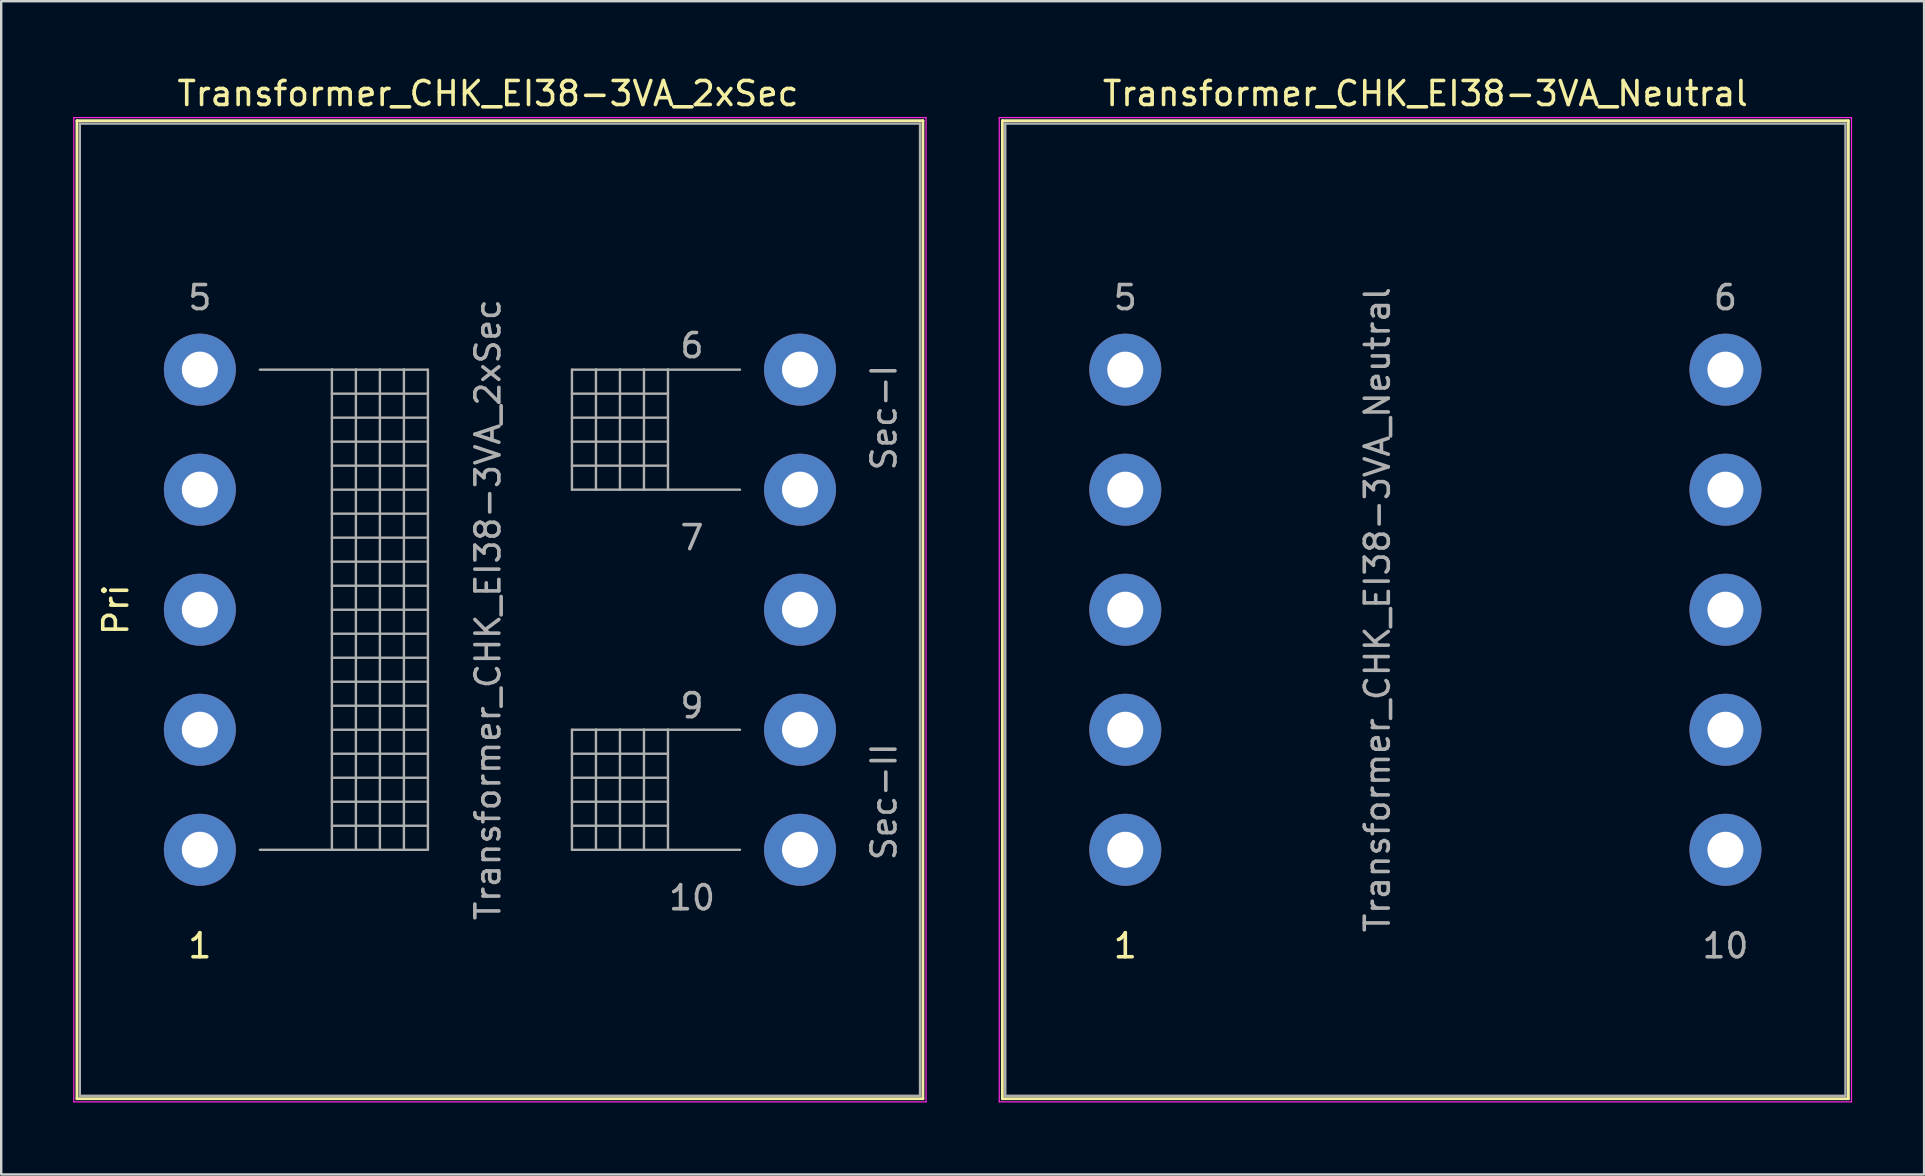
<source format=kicad_pcb>
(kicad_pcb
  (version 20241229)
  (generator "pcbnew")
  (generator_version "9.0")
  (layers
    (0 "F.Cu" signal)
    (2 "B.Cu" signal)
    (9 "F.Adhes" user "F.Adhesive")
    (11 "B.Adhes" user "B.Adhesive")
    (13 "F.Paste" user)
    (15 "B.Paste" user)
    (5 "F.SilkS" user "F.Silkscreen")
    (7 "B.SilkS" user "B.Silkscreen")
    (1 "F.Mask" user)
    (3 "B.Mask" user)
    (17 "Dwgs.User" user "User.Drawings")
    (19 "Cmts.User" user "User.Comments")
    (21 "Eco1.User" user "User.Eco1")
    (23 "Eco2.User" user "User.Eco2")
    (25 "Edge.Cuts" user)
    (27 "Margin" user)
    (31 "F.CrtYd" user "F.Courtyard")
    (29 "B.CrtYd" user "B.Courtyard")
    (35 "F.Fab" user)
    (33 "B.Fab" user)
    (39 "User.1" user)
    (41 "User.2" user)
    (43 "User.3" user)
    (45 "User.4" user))
  (footprint "Transformer_CHK_EI38-3VA_2xSec"
    (layer "F.Cu")
    (at 5.275 32.348)
    (property "Reference" "Transformer_CHK_EI38-3VA_2xSec" (at 12 -31.5 0) (layer "F.SilkS") (effects (font (size 1 1) (thickness 0.15))))
    (attr through_hole)
    (fp_line (start -5.12 -30.37) (end -5.12 10.37) (stroke (width 0.12) (type solid)) (layer "F.SilkS"))
    (fp_line (start -5.12 -30.37) (end 30.12 -30.37) (stroke (width 0.12) (type solid)) (layer "F.SilkS"))
    (fp_line (start 30.12 10.37) (end -5.12 10.37) (stroke (width 0.12) (type solid)) (layer "F.SilkS"))
    (fp_line (start 30.12 10.37) (end 30.12 -30.37) (stroke (width 0.12) (type solid)) (layer "F.SilkS"))
    (fp_line (start -5.25 -30.5) (end -5.25 10.5) (stroke (width 0.05) (type solid)) (layer "F.CrtYd"))
    (fp_line (start -5.25 -30.5) (end 30.25 -30.5) (stroke (width 0.05) (type solid)) (layer "F.CrtYd"))
    (fp_line (start 30.25 10.5) (end -5.25 10.5) (stroke (width 0.05) (type solid)) (layer "F.CrtYd"))
    (fp_line (start 30.25 10.5) (end 30.25 -30.5) (stroke (width 0.05) (type solid)) (layer "F.CrtYd"))
    (fp_line (start -5 -30.25) (end -5 10.25) (stroke (width 0.1) (type solid)) (layer "F.Fab"))
    (fp_line (start -5 10.25) (end 30 10.25) (stroke (width 0.1) (type solid)) (layer "F.Fab"))
    (fp_line (start 2.5 -20) (end 5.5 -20) (stroke (width 0.1) (type solid)) (layer "F.Fab"))
    (fp_line (start 5.5 -20) (end 5.5 0) (stroke (width 0.1) (type solid)) (layer "F.Fab"))
    (fp_line (start 5.5 -20) (end 6.5 -20) (stroke (width 0.1) (type solid)) (layer "F.Fab"))
    (fp_line (start 5.5 -19) (end 9.5 -19) (stroke (width 0.1) (type solid)) (layer "F.Fab"))
    (fp_line (start 5.5 -18) (end 9.5 -18) (stroke (width 0.1) (type solid)) (layer "F.Fab"))
    (fp_line (start 5.5 -17) (end 9.5 -17) (stroke (width 0.1) (type solid)) (layer "F.Fab"))
    (fp_line (start 5.5 -16) (end 9.5 -16) (stroke (width 0.1) (type solid)) (layer "F.Fab"))
    (fp_line (start 5.5 -15) (end 9.5 -15) (stroke (width 0.1) (type solid)) (layer "F.Fab"))
    (fp_line (start 5.5 -14) (end 9.5 -14) (stroke (width 0.1) (type solid)) (layer "F.Fab"))
    (fp_line (start 5.5 -13) (end 9.5 -13) (stroke (width 0.1) (type solid)) (layer "F.Fab"))
    (fp_line (start 5.5 -12) (end 9.5 -12) (stroke (width 0.1) (type solid)) (layer "F.Fab"))
    (fp_line (start 5.5 -11) (end 9.5 -11) (stroke (width 0.1) (type solid)) (layer "F.Fab"))
    (fp_line (start 5.5 -10) (end 9.5 -10) (stroke (width 0.1) (type solid)) (layer "F.Fab"))
    (fp_line (start 5.5 -9) (end 9.5 -9) (stroke (width 0.1) (type solid)) (layer "F.Fab"))
    (fp_line (start 5.5 -8) (end 9.5 -8) (stroke (width 0.1) (type solid)) (layer "F.Fab"))
    (fp_line (start 5.5 -7) (end 9.5 -7) (stroke (width 0.1) (type solid)) (layer "F.Fab"))
    (fp_line (start 5.5 -6) (end 9.5 -6) (stroke (width 0.1) (type solid)) (layer "F.Fab"))
    (fp_line (start 5.5 -5) (end 9.5 -5) (stroke (width 0.1) (type solid)) (layer "F.Fab"))
    (fp_line (start 5.5 -4) (end 9.5 -4) (stroke (width 0.1) (type solid)) (layer "F.Fab"))
    (fp_line (start 5.5 -3) (end 9.5 -3) (stroke (width 0.1) (type solid)) (layer "F.Fab"))
    (fp_line (start 5.5 -2) (end 9.5 -2) (stroke (width 0.1) (type solid)) (layer "F.Fab"))
    (fp_line (start 5.5 -1) (end 9.5 -1) (stroke (width 0.1) (type solid)) (layer "F.Fab"))
    (fp_line (start 5.5 0) (end 2.5 0) (stroke (width 0.1) (type solid)) (layer "F.Fab"))
    (fp_line (start 6.5 -20) (end 6.5 0) (stroke (width 0.1) (type solid)) (layer "F.Fab"))
    (fp_line (start 6.5 -20) (end 7.5 -20) (stroke (width 0.1) (type solid)) (layer "F.Fab"))
    (fp_line (start 6.5 0) (end 5.5 0) (stroke (width 0.1) (type solid)) (layer "F.Fab"))
    (fp_line (start 7.5 -20) (end 7.5 0) (stroke (width 0.1) (type solid)) (layer "F.Fab"))
    (fp_line (start 7.5 -20) (end 8.5 -20) (stroke (width 0.1) (type solid)) (layer "F.Fab"))
    (fp_line (start 7.5 0) (end 6.5 0) (stroke (width 0.1) (type solid)) (layer "F.Fab"))
    (fp_line (start 8.5 -20) (end 8.5 0) (stroke (width 0.1) (type solid)) (layer "F.Fab"))
    (fp_line (start 8.5 -20) (end 9.5 -20) (stroke (width 0.1) (type solid)) (layer "F.Fab"))
    (fp_line (start 8.5 0) (end 7.5 0) (stroke (width 0.1) (type solid)) (layer "F.Fab"))
    (fp_line (start 9.5 -20) (end 9.5 0) (stroke (width 0.1) (type solid)) (layer "F.Fab"))
    (fp_line (start 9.5 0) (end 8.5 0) (stroke (width 0.1) (type solid)) (layer "F.Fab"))
    (fp_line (start 15.5 -20) (end 15.5 -15) (stroke (width 0.1) (type solid)) (layer "F.Fab"))
    (fp_line (start 15.5 -19) (end 19.5 -19) (stroke (width 0.1) (type solid)) (layer "F.Fab"))
    (fp_line (start 15.5 -17) (end 19.5 -17) (stroke (width 0.1) (type solid)) (layer "F.Fab"))
    (fp_line (start 15.5 -15) (end 16.5 -15) (stroke (width 0.1) (type solid)) (layer "F.Fab"))
    (fp_line (start 15.5 -5) (end 15.5 0) (stroke (width 0.1) (type solid)) (layer "F.Fab"))
    (fp_line (start 15.5 -4) (end 19.5 -4) (stroke (width 0.1) (type solid)) (layer "F.Fab"))
    (fp_line (start 15.5 -3) (end 19.5 -3) (stroke (width 0.1) (type solid)) (layer "F.Fab"))
    (fp_line (start 15.5 -2) (end 19.5 -2) (stroke (width 0.1) (type solid)) (layer "F.Fab"))
    (fp_line (start 15.5 -1) (end 19.5 -1) (stroke (width 0.1) (type solid)) (layer "F.Fab"))
    (fp_line (start 15.5 0) (end 16.5 0) (stroke (width 0.1) (type solid)) (layer "F.Fab"))
    (fp_line (start 16.5 -20) (end 15.5 -20) (stroke (width 0.1) (type solid)) (layer "F.Fab"))
    (fp_line (start 16.5 -20) (end 16.5 -15) (stroke (width 0.1) (type solid)) (layer "F.Fab"))
    (fp_line (start 16.5 -15) (end 17.5 -15) (stroke (width 0.1) (type solid)) (layer "F.Fab"))
    (fp_line (start 16.5 -5) (end 15.5 -5) (stroke (width 0.1) (type solid)) (layer "F.Fab"))
    (fp_line (start 16.5 -5) (end 16.5 0) (stroke (width 0.1) (type solid)) (layer "F.Fab"))
    (fp_line (start 16.5 0) (end 17.5 0) (stroke (width 0.1) (type solid)) (layer "F.Fab"))
    (fp_line (start 17.5 -20) (end 16.5 -20) (stroke (width 0.1) (type solid)) (layer "F.Fab"))
    (fp_line (start 17.5 -20) (end 17.5 -15) (stroke (width 0.1) (type solid)) (layer "F.Fab"))
    (fp_line (start 17.5 -15) (end 18.5 -15) (stroke (width 0.1) (type solid)) (layer "F.Fab"))
    (fp_line (start 17.5 -5) (end 16.5 -5) (stroke (width 0.1) (type solid)) (layer "F.Fab"))
    (fp_line (start 17.5 -5) (end 17.5 0) (stroke (width 0.1) (type solid)) (layer "F.Fab"))
    (fp_line (start 17.5 0) (end 18.5 0) (stroke (width 0.1) (type solid)) (layer "F.Fab"))
    (fp_line (start 18.5 -20) (end 17.5 -20) (stroke (width 0.1) (type solid)) (layer "F.Fab"))
    (fp_line (start 18.5 -20) (end 18.5 -15) (stroke (width 0.1) (type solid)) (layer "F.Fab"))
    (fp_line (start 18.5 -15) (end 19.5 -15) (stroke (width 0.1) (type solid)) (layer "F.Fab"))
    (fp_line (start 18.5 -5) (end 17.5 -5) (stroke (width 0.1) (type solid)) (layer "F.Fab"))
    (fp_line (start 18.5 -5) (end 18.5 0) (stroke (width 0.1) (type solid)) (layer "F.Fab"))
    (fp_line (start 18.5 0) (end 19.5 0) (stroke (width 0.1) (type solid)) (layer "F.Fab"))
    (fp_line (start 19.5 -20) (end 18.5 -20) (stroke (width 0.1) (type solid)) (layer "F.Fab"))
    (fp_line (start 19.5 -20) (end 19.5 -15) (stroke (width 0.1) (type solid)) (layer "F.Fab"))
    (fp_line (start 19.5 -18) (end 15.5 -18) (stroke (width 0.1) (type solid)) (layer "F.Fab"))
    (fp_line (start 19.5 -16) (end 15.5 -16) (stroke (width 0.1) (type solid)) (layer "F.Fab"))
    (fp_line (start 19.5 -15) (end 22.5 -15) (stroke (width 0.1) (type solid)) (layer "F.Fab"))
    (fp_line (start 19.5 -5) (end 18.5 -5) (stroke (width 0.1) (type solid)) (layer "F.Fab"))
    (fp_line (start 19.5 -5) (end 19.5 0) (stroke (width 0.1) (type solid)) (layer "F.Fab"))
    (fp_line (start 19.5 0) (end 22.5 0) (stroke (width 0.1) (type solid)) (layer "F.Fab"))
    (fp_line (start 22.5 -20) (end 19.5 -20) (stroke (width 0.1) (type solid)) (layer "F.Fab"))
    (fp_line (start 22.5 -5) (end 19.5 -5) (stroke (width 0.1) (type solid)) (layer "F.Fab"))
    (fp_line (start 30 -30.25) (end -5 -30.25) (stroke (width 0.1) (type solid)) (layer "F.Fab"))
    (fp_line (start 30 10.25) (end 30 -30.25) (stroke (width 0.1) (type solid)) (layer "F.Fab"))
    (fp_text user "Pri" (at -3.5 -10 90) (layer "F.SilkS") (effects (font (size 1 1) (thickness 0.15))))
    (fp_text user "1" (at 0 4 0) (layer "F.SilkS") (effects (font (size 1 1) (thickness 0.15))))
    (fp_text user "6" (at 20.5 -21 0) (layer "F.Fab") (effects (font (size 1 1) (thickness 0.15))))
    (fp_text user "5" (at 0 -23 0) (layer "F.Fab") (effects (font (size 1 1) (thickness 0.15))))
    (fp_text user "Sec-I" (at 28.5 -18 90) (layer "F.Fab") (effects (font (size 1 1) (thickness 0.15))))
    (fp_text user "10" (at 20.5 2 0) (layer "F.Fab") (effects (font (size 1 1) (thickness 0.15))))
    (fp_text user "${REFERENCE}" (at 12 -10 90) (layer "F.Fab") (effects (font (size 1 1) (thickness 0.15))))
    (fp_text user "Sec-II" (at 28.5 -2 90) (layer "F.Fab") (effects (font (size 1 1) (thickness 0.15))))
    (fp_text user "7" (at 20.5 -13 0) (layer "F.Fab") (effects (font (size 1 1) (thickness 0.15))))
    (fp_text user "9" (at 20.5 -6 0) (layer "F.Fab") (effects (font (size 1 1) (thickness 0.15))))
    (pad "1" thru_hole circle (at 0 0) (size 3 3) (drill 1.5) (layers "*.Cu" "*.Mask"))
    (pad "2" thru_hole circle (at 0 -5) (size 3 3) (drill 1.5) (layers "*.Cu" "*.Mask"))
    (pad "3" thru_hole circle (at 0 -10) (size 3 3) (drill 1.5) (layers "*.Cu" "*.Mask"))
    (pad "4" thru_hole circle (at 0 -15) (size 3 3) (drill 1.5) (layers "*.Cu" "*.Mask"))
    (pad "5" thru_hole circle (at 0 -20) (size 3 3) (drill 1.5) (layers "*.Cu" "*.Mask"))
    (pad "6" thru_hole circle (at 25 -20) (size 3 3) (drill 1.5) (layers "*.Cu" "*.Mask"))
    (pad "7" thru_hole circle (at 25 -15) (size 3 3) (drill 1.5) (layers "*.Cu" "*.Mask"))
    (pad "8" thru_hole circle (at 25 -10) (size 3 3) (drill 1.5) (layers "*.Cu" "*.Mask"))
    (pad "9" thru_hole circle (at 25 -5) (size 3 3) (drill 1.5) (layers "*.Cu" "*.Mask"))
    (pad "10" thru_hole circle (at 25 0) (size 3 3) (drill 1.5) (layers "*.Cu" "*.Mask")))
  (footprint "Transformer_CHK_EI38-3VA_Neutral"
    (layer "F.Cu")
    (at 43.825 32.348)
    (property "Reference" "Transformer_CHK_EI38-3VA_Neutral" (at 12.5 -31.5 0) (layer "F.SilkS") (effects (font (size 1 1) (thickness 0.15))))
    (attr through_hole)
    (fp_line (start -5.12 -30.37) (end -5.12 10.37) (stroke (width 0.12) (type solid)) (layer "F.SilkS"))
    (fp_line (start -5.12 -30.37) (end 30.12 -30.37) (stroke (width 0.12) (type solid)) (layer "F.SilkS"))
    (fp_line (start 30.12 10.37) (end -5.12 10.37) (stroke (width 0.12) (type solid)) (layer "F.SilkS"))
    (fp_line (start 30.12 10.37) (end 30.12 -30.37) (stroke (width 0.12) (type solid)) (layer "F.SilkS"))
    (fp_line (start -5.25 -30.5) (end -5.25 10.5) (stroke (width 0.05) (type solid)) (layer "F.CrtYd"))
    (fp_line (start -5.25 -30.5) (end 30.25 -30.5) (stroke (width 0.05) (type solid)) (layer "F.CrtYd"))
    (fp_line (start 30.25 10.5) (end -5.25 10.5) (stroke (width 0.05) (type solid)) (layer "F.CrtYd"))
    (fp_line (start 30.25 10.5) (end 30.25 -30.5) (stroke (width 0.05) (type solid)) (layer "F.CrtYd"))
    (fp_line (start -5 -30.25) (end -5 10.25) (stroke (width 0.1) (type solid)) (layer "F.Fab"))
    (fp_line (start -5 10.25) (end 30 10.25) (stroke (width 0.1) (type solid)) (layer "F.Fab"))
    (fp_line (start 30 -30.25) (end -5 -30.25) (stroke (width 0.1) (type solid)) (layer "F.Fab"))
    (fp_line (start 30 10.25) (end 30 -30.25) (stroke (width 0.1) (type solid)) (layer "F.Fab"))
    (fp_text user "1" (at 0 4 0) (layer "F.SilkS") (effects (font (size 1 1) (thickness 0.15))))
    (fp_text user "10" (at 25 4 0) (layer "F.Fab") (effects (font (size 1 1) (thickness 0.15))))
    (fp_text user "${REFERENCE}" (at 10.5 -10 90) (layer "F.Fab") (effects (font (size 1 1) (thickness 0.15))))
    (fp_text user "6" (at 25 -23 0) (layer "F.Fab") (effects (font (size 1 1) (thickness 0.15))))
    (fp_text user "5" (at 0 -23 0) (layer "F.Fab") (effects (font (size 1 1) (thickness 0.15))))
    (pad "1" thru_hole circle (at 0 0) (size 3 3) (drill 1.5) (layers "*.Cu" "*.Mask"))
    (pad "2" thru_hole circle (at 0 -5) (size 3 3) (drill 1.5) (layers "*.Cu" "*.Mask"))
    (pad "3" thru_hole circle (at 0 -10) (size 3 3) (drill 1.5) (layers "*.Cu" "*.Mask"))
    (pad "4" thru_hole circle (at 0 -15) (size 3 3) (drill 1.5) (layers "*.Cu" "*.Mask"))
    (pad "5" thru_hole circle (at 0 -20) (size 3 3) (drill 1.5) (layers "*.Cu" "*.Mask"))
    (pad "6" thru_hole circle (at 25 -20) (size 3 3) (drill 1.5) (layers "*.Cu" "*.Mask"))
    (pad "7" thru_hole circle (at 25 -15) (size 3 3) (drill 1.5) (layers "*.Cu" "*.Mask"))
    (pad "8" thru_hole circle (at 25 -10) (size 3 3) (drill 1.5) (layers "*.Cu" "*.Mask"))
    (pad "9" thru_hole circle (at 25 -5) (size 3 3) (drill 1.5) (layers "*.Cu" "*.Mask"))
    (pad "10" thru_hole circle (at 25 0) (size 3 3) (drill 1.5) (layers "*.Cu" "*.Mask")))
  (gr_rect
    (start -3 -3)
    (end 77.1 45.873)
    (stroke (width 0.1) (type default))
    (fill no)
    (layer "Edge.Cuts")))
</source>
